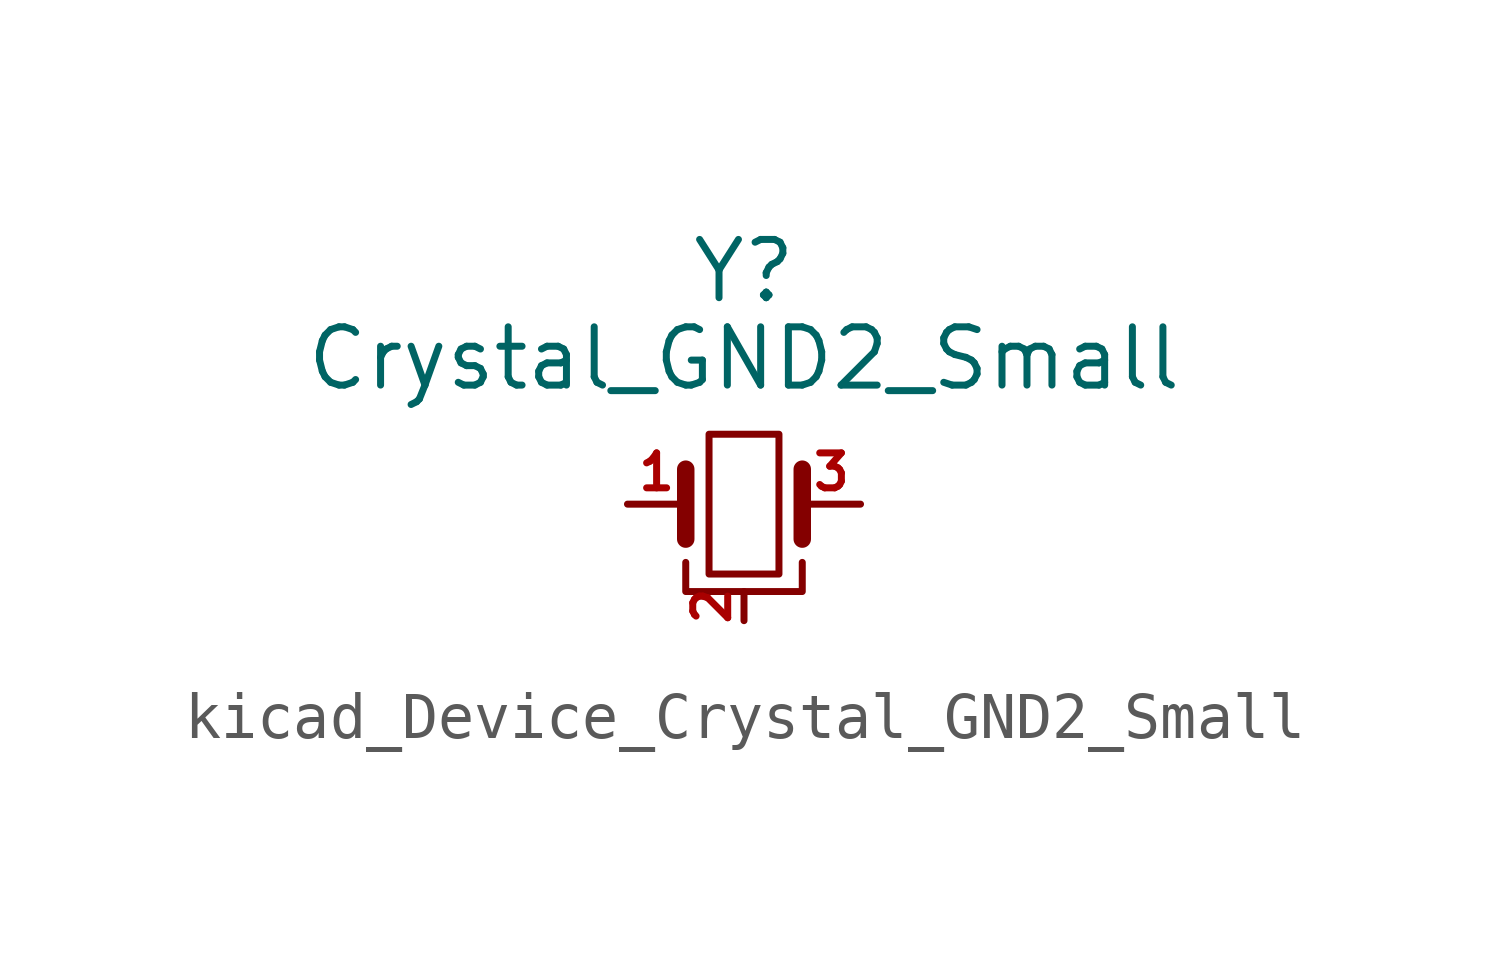
<source format=kicad_sym>
(kicad_symbol_lib
  (version 20220914)
  (generator kicad_symbol_editor)
  (symbol "kicad_Device_Crystal_GND2_Small"
    (pin_names
      (offset 1.016) hide)
    (property "Reference" "Y"
      (at 0 5.08 0)
      (effects (font (size 1.27 1.27))))
    (property "Value" "Crystal_GND2_Small"
      (at 0 3.175 0)
      (effects (font (size 1.27 1.27))))
    (symbol "kicad_Device_Crystal_GND2_Small_0_1"
      (rectangle (start -0.762 -1.524) (end 0.762 1.524) (stroke (width 0) (type default)) (fill (type none)))
      (polyline (pts (xy -1.27 -0.762) (xy -1.27 0.762)) (stroke (width 0.381) (type default)) (fill (type none)))
      (polyline (pts (xy 1.27 -0.762) (xy 1.27 0.762)) (stroke (width 0.381) (type default)) (fill (type none)))
      (polyline (pts (xy -1.27 -1.27) (xy -1.27 -1.905) (xy 1.27 -1.905) (xy 1.27 -1.27)) (stroke (width 0) (type default)) (fill (type none))))
    (symbol "kicad_Device_Crystal_GND2_Small_1_1"
      (pin passive line (at -2.54 0 0) (length 1.27) (name "1" (effects (font (size 1.27 1.27)))) (number "1" (effects (font (size 0.762 0.762)))))
      (pin passive line (at 0 -2.54 90) (length 0.635) (name "2" (effects (font (size 1.27 1.27)))) (number "2" (effects (font (size 0.762 0.762)))))
      (pin passive line (at 2.54 0 180) (length 1.27) (name "3" (effects (font (size 1.27 1.27)))) (number "3" (effects (font (size 0.762 0.762))))))))
</source>
